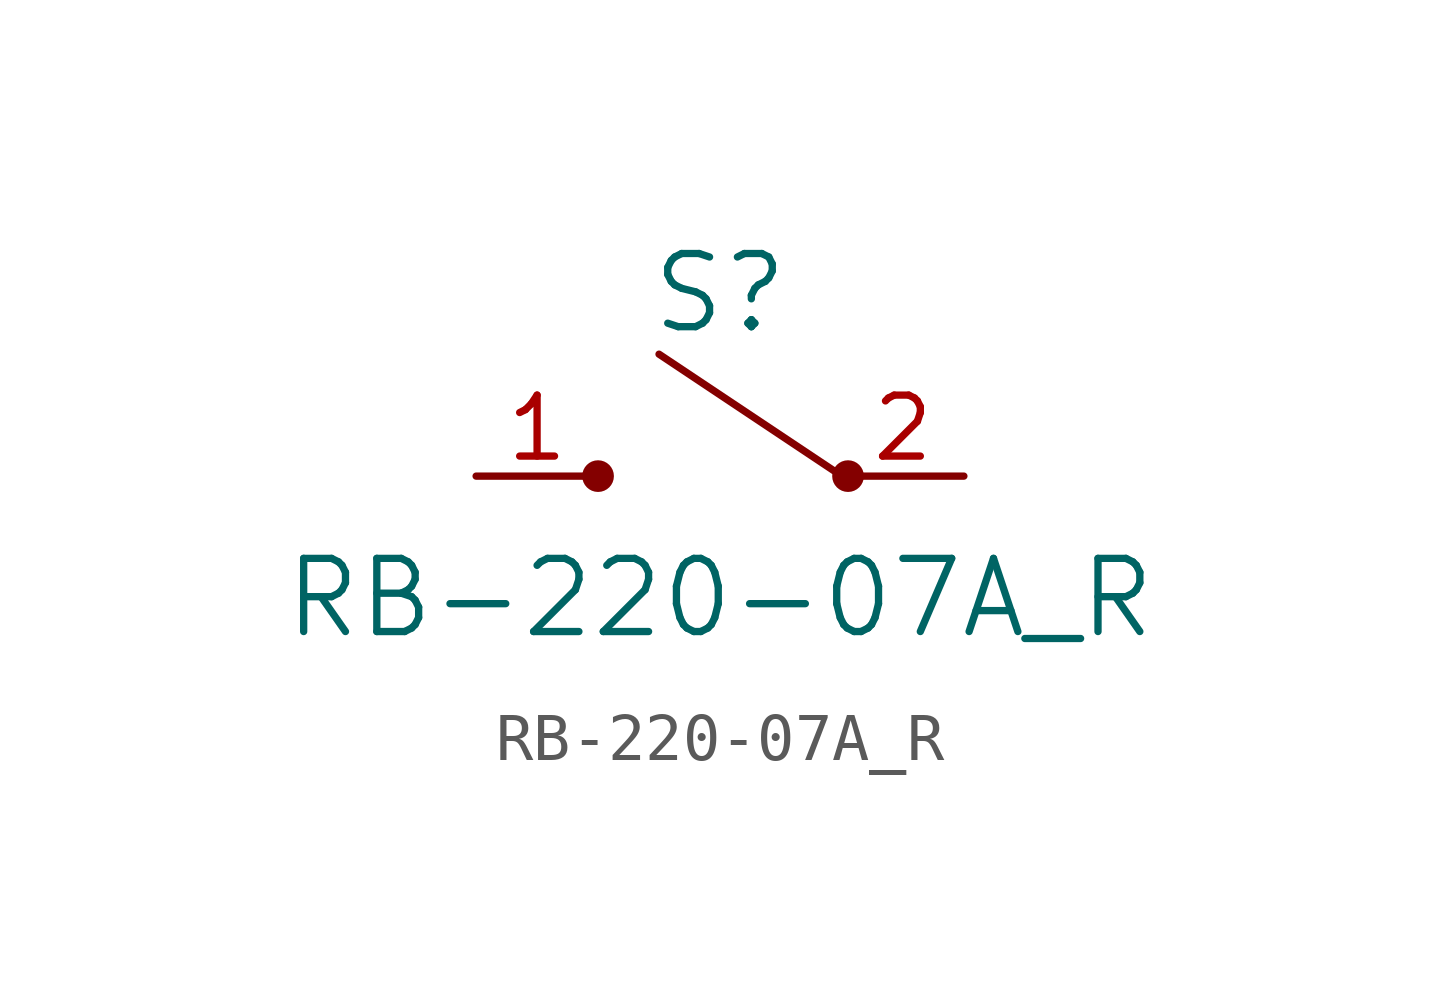
<source format=kicad_sym>
(kicad_symbol_lib
  (version 20220914)
  (generator kicad_symbol_editor)
  (symbol "RB-220-07A_R"
    (pin_names
      (offset 1.016))
    (property "Reference" "S"
      (at 0 3.81 0)
      (effects (font (size 1.524 1.524))))
    (property "Value" "RB-220-07A_R"
      (at 0 -2.54 0)
      (effects (font (size 1.524 1.524))))
    (symbol "RB-220-07A_R_0_1"
      (circle (center -2.54 0) (radius 0.254) (stroke (width 0) (type solid)) (fill (type outline)))
      (polyline (pts (xy -2.54 0) (xy -2.54 0)) (stroke (width 0) (type solid)) (fill (type none)))
      (polyline (pts (xy -1.27 2.54) (xy 2.54 0)) (stroke (width 0) (type solid)) (fill (type none)))
      (circle (center 2.667 0) (radius 0.254) (stroke (width 0) (type solid)) (fill (type outline))))
    (symbol "RB-220-07A_R_1_1"
      (pin passive line (at -5.08 0 0) (length 2.54) (name "~" (effects (font (size 1.27 1.27)))) (number "1" (effects (font (size 1.27 1.27)))))
      (pin passive line (at 5.08 0 180) (length 2.54) (name "~" (effects (font (size 1.27 1.27)))) (number "2" (effects (font (size 1.27 1.27))))))))
</source>
